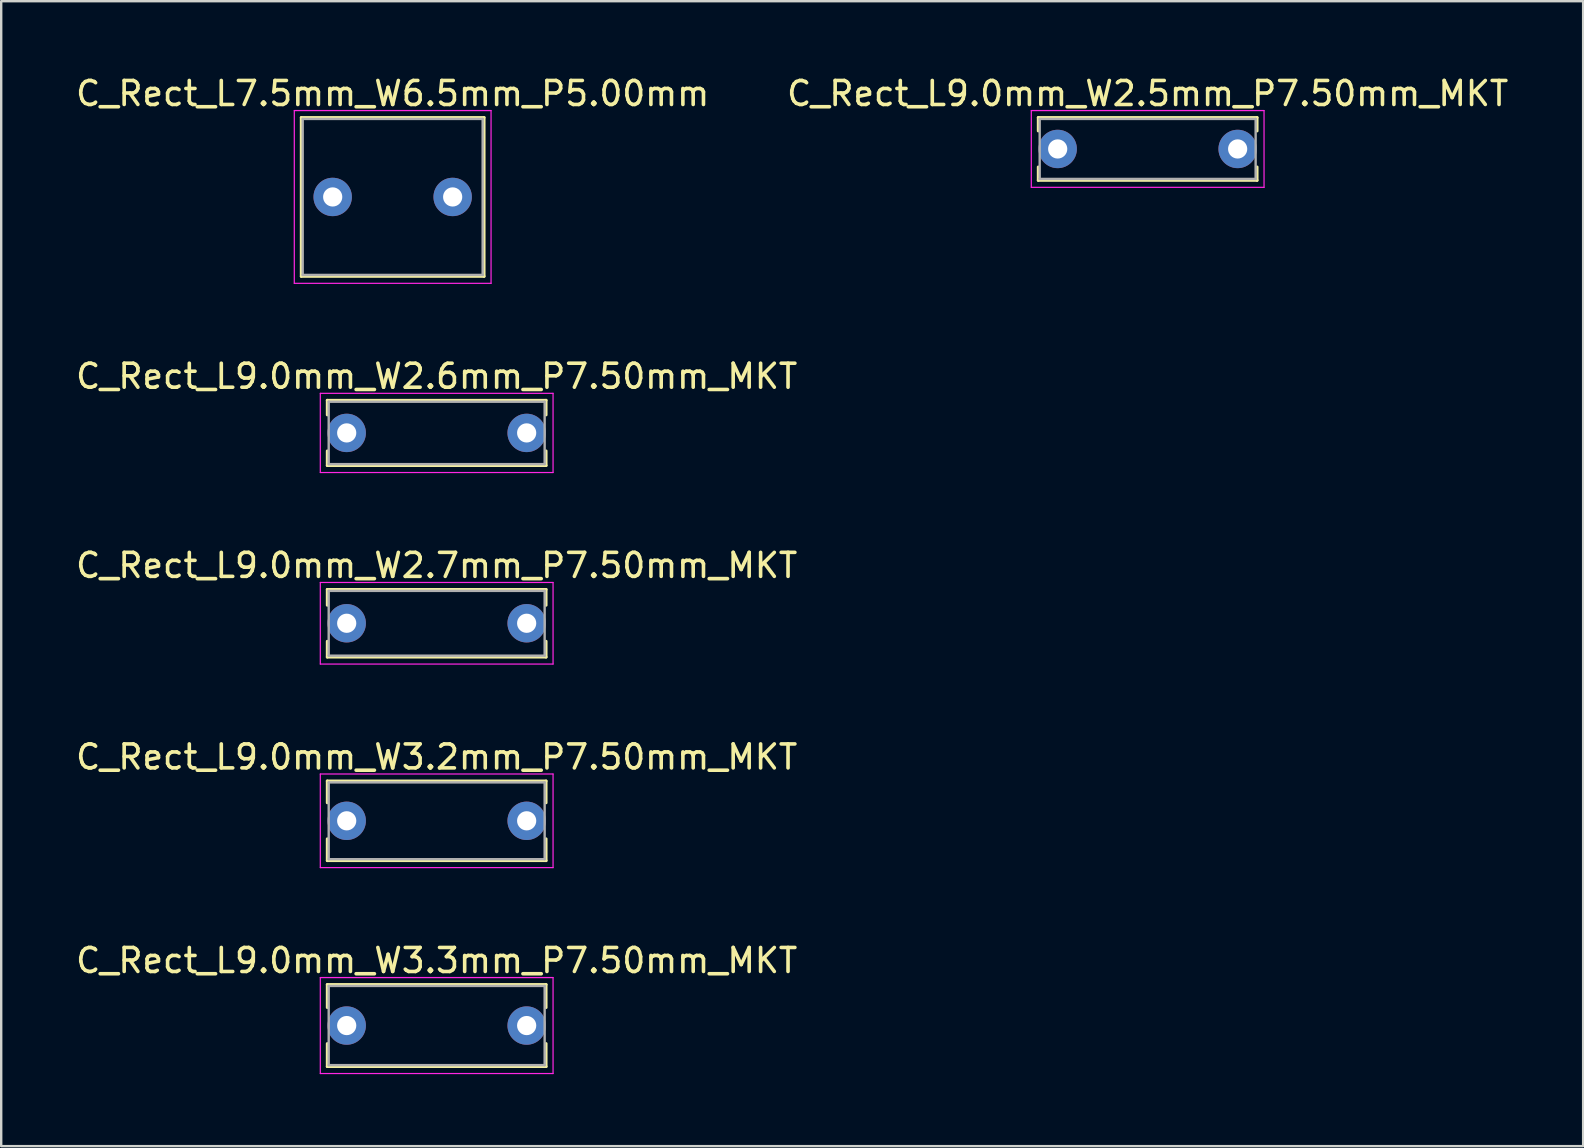
<source format=kicad_pcb>
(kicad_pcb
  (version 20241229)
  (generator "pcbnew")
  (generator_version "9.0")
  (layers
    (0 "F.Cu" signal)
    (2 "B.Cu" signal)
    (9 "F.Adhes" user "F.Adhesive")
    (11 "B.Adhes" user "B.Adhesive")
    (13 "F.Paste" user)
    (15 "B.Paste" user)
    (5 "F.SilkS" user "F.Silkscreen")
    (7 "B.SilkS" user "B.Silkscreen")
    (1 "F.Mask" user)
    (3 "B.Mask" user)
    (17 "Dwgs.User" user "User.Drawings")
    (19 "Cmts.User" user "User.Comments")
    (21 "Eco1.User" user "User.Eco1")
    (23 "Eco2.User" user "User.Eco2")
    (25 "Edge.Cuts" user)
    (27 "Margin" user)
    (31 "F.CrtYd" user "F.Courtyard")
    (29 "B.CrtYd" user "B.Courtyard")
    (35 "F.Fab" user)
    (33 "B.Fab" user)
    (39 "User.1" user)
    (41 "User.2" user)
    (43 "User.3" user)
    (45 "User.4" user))
  (footprint "C_Rect_L7.5mm_W6.5mm_P5.00mm"
    (layer "F.Cu")
    (at 10.815 5.158)
    (property "Reference" "C_Rect_L7.5mm_W6.5mm_P5.00mm" (at 2.5 -4.31 0) (layer "F.SilkS") (effects (font (size 1 1) (thickness 0.15))))
    (attr through_hole)
    (fp_line (start -1.31 -3.31) (end -1.31 3.31) (stroke (width 0.12) (type solid)) (layer "F.SilkS"))
    (fp_line (start -1.31 -3.31) (end 6.31 -3.31) (stroke (width 0.12) (type solid)) (layer "F.SilkS"))
    (fp_line (start -1.31 3.31) (end 6.31 3.31) (stroke (width 0.12) (type solid)) (layer "F.SilkS"))
    (fp_line (start 6.31 -3.31) (end 6.31 3.31) (stroke (width 0.12) (type solid)) (layer "F.SilkS"))
    (fp_line (start -1.6 -3.6) (end -1.6 3.6) (stroke (width 0.05) (type solid)) (layer "F.CrtYd"))
    (fp_line (start -1.6 3.6) (end 6.6 3.6) (stroke (width 0.05) (type solid)) (layer "F.CrtYd"))
    (fp_line (start 6.6 -3.6) (end -1.6 -3.6) (stroke (width 0.05) (type solid)) (layer "F.CrtYd"))
    (fp_line (start 6.6 3.6) (end 6.6 -3.6) (stroke (width 0.05) (type solid)) (layer "F.CrtYd"))
    (fp_line (start -1.25 -3.25) (end -1.25 3.25) (stroke (width 0.1) (type solid)) (layer "F.Fab"))
    (fp_line (start -1.25 3.25) (end 6.25 3.25) (stroke (width 0.1) (type solid)) (layer "F.Fab"))
    (fp_line (start 6.25 -3.25) (end -1.25 -3.25) (stroke (width 0.1) (type solid)) (layer "F.Fab"))
    (fp_line (start 6.25 3.25) (end 6.25 -3.25) (stroke (width 0.1) (type solid)) (layer "F.Fab"))
    (pad "1" thru_hole circle (at 0 0) (size 1.6 1.6) (drill 0.8) (layers "*.Cu" "*.Mask"))
    (pad "2" thru_hole circle (at 5 0) (size 1.6 1.6) (drill 0.8) (layers "*.Cu" "*.Mask")))
  (footprint "C_Rect_L9.0mm_W2.7mm_P7.50mm_MKT"
    (layer "F.Cu")
    (at 11.399 22.925)
    (property "Reference" "C_Rect_L9.0mm_W2.7mm_P7.50mm_MKT" (at 3.75 -2.41 0) (layer "F.SilkS") (effects (font (size 1 1) (thickness 0.15))))
    (attr through_hole)
    (fp_line (start -0.81 -1.41) (end -0.81 -0.75) (stroke (width 0.12) (type solid)) (layer "F.SilkS"))
    (fp_line (start -0.81 -1.41) (end 8.31 -1.41) (stroke (width 0.12) (type solid)) (layer "F.SilkS"))
    (fp_line (start -0.81 0.75) (end -0.81 1.41) (stroke (width 0.12) (type solid)) (layer "F.SilkS"))
    (fp_line (start -0.81 1.41) (end 8.31 1.41) (stroke (width 0.12) (type solid)) (layer "F.SilkS"))
    (fp_line (start 8.31 -1.41) (end 8.31 -0.75) (stroke (width 0.12) (type solid)) (layer "F.SilkS"))
    (fp_line (start 8.31 0.75) (end 8.31 1.41) (stroke (width 0.12) (type solid)) (layer "F.SilkS"))
    (fp_line (start -1.1 -1.7) (end -1.1 1.7) (stroke (width 0.05) (type solid)) (layer "F.CrtYd"))
    (fp_line (start -1.1 1.7) (end 8.6 1.7) (stroke (width 0.05) (type solid)) (layer "F.CrtYd"))
    (fp_line (start 8.6 -1.7) (end -1.1 -1.7) (stroke (width 0.05) (type solid)) (layer "F.CrtYd"))
    (fp_line (start 8.6 1.7) (end 8.6 -1.7) (stroke (width 0.05) (type solid)) (layer "F.CrtYd"))
    (fp_line (start -0.75 -1.35) (end -0.75 1.35) (stroke (width 0.1) (type solid)) (layer "F.Fab"))
    (fp_line (start -0.75 1.35) (end 8.25 1.35) (stroke (width 0.1) (type solid)) (layer "F.Fab"))
    (fp_line (start 8.25 -1.35) (end -0.75 -1.35) (stroke (width 0.1) (type solid)) (layer "F.Fab"))
    (fp_line (start 8.25 1.35) (end 8.25 -1.35) (stroke (width 0.1) (type solid)) (layer "F.Fab"))
    (pad "1" thru_hole circle (at 0 0) (size 1.6 1.6) (drill 0.8) (layers "*.Cu" "*.Mask"))
    (pad "2" thru_hole circle (at 7.5 0) (size 1.6 1.6) (drill 0.8) (layers "*.Cu" "*.Mask")))
  (footprint "C_Rect_L9.0mm_W2.6mm_P7.50mm_MKT"
    (layer "F.Cu")
    (at 11.399 14.992)
    (property "Reference" "C_Rect_L9.0mm_W2.6mm_P7.50mm_MKT" (at 3.75 -2.36 0) (layer "F.SilkS") (effects (font (size 1 1) (thickness 0.15))))
    (attr through_hole)
    (fp_line (start -0.81 -1.36) (end -0.81 -0.75) (stroke (width 0.12) (type solid)) (layer "F.SilkS"))
    (fp_line (start -0.81 -1.36) (end 8.31 -1.36) (stroke (width 0.12) (type solid)) (layer "F.SilkS"))
    (fp_line (start -0.81 0.75) (end -0.81 1.36) (stroke (width 0.12) (type solid)) (layer "F.SilkS"))
    (fp_line (start -0.81 1.36) (end 8.31 1.36) (stroke (width 0.12) (type solid)) (layer "F.SilkS"))
    (fp_line (start 8.31 -1.36) (end 8.31 -0.75) (stroke (width 0.12) (type solid)) (layer "F.SilkS"))
    (fp_line (start 8.31 0.75) (end 8.31 1.36) (stroke (width 0.12) (type solid)) (layer "F.SilkS"))
    (fp_line (start -1.1 -1.65) (end -1.1 1.65) (stroke (width 0.05) (type solid)) (layer "F.CrtYd"))
    (fp_line (start -1.1 1.65) (end 8.6 1.65) (stroke (width 0.05) (type solid)) (layer "F.CrtYd"))
    (fp_line (start 8.6 -1.65) (end -1.1 -1.65) (stroke (width 0.05) (type solid)) (layer "F.CrtYd"))
    (fp_line (start 8.6 1.65) (end 8.6 -1.65) (stroke (width 0.05) (type solid)) (layer "F.CrtYd"))
    (fp_line (start -0.75 -1.3) (end -0.75 1.3) (stroke (width 0.1) (type solid)) (layer "F.Fab"))
    (fp_line (start -0.75 1.3) (end 8.25 1.3) (stroke (width 0.1) (type solid)) (layer "F.Fab"))
    (fp_line (start 8.25 -1.3) (end -0.75 -1.3) (stroke (width 0.1) (type solid)) (layer "F.Fab"))
    (fp_line (start 8.25 1.3) (end 8.25 -1.3) (stroke (width 0.1) (type solid)) (layer "F.Fab"))
    (pad "1" thru_hole circle (at 0 0) (size 1.6 1.6) (drill 0.8) (layers "*.Cu" "*.Mask"))
    (pad "2" thru_hole circle (at 7.5 0) (size 1.6 1.6) (drill 0.8) (layers "*.Cu" "*.Mask")))
  (footprint "C_Rect_L9.0mm_W2.5mm_P7.50mm_MKT"
    (layer "F.Cu")
    (at 41.03 3.158)
    (property "Reference" "C_Rect_L9.0mm_W2.5mm_P7.50mm_MKT" (at 3.75 -2.31 0) (layer "F.SilkS") (effects (font (size 1 1) (thickness 0.15))))
    (attr through_hole)
    (fp_line (start -0.81 -1.31) (end -0.81 -0.75) (stroke (width 0.12) (type solid)) (layer "F.SilkS"))
    (fp_line (start -0.81 -1.31) (end 8.31 -1.31) (stroke (width 0.12) (type solid)) (layer "F.SilkS"))
    (fp_line (start -0.81 0.75) (end -0.81 1.31) (stroke (width 0.12) (type solid)) (layer "F.SilkS"))
    (fp_line (start -0.81 1.31) (end 8.31 1.31) (stroke (width 0.12) (type solid)) (layer "F.SilkS"))
    (fp_line (start 8.31 -1.31) (end 8.31 -0.75) (stroke (width 0.12) (type solid)) (layer "F.SilkS"))
    (fp_line (start 8.31 0.75) (end 8.31 1.31) (stroke (width 0.12) (type solid)) (layer "F.SilkS"))
    (fp_line (start -1.1 -1.6) (end -1.1 1.6) (stroke (width 0.05) (type solid)) (layer "F.CrtYd"))
    (fp_line (start -1.1 1.6) (end 8.6 1.6) (stroke (width 0.05) (type solid)) (layer "F.CrtYd"))
    (fp_line (start 8.6 -1.6) (end -1.1 -1.6) (stroke (width 0.05) (type solid)) (layer "F.CrtYd"))
    (fp_line (start 8.6 1.6) (end 8.6 -1.6) (stroke (width 0.05) (type solid)) (layer "F.CrtYd"))
    (fp_line (start -0.75 -1.25) (end -0.75 1.25) (stroke (width 0.1) (type solid)) (layer "F.Fab"))
    (fp_line (start -0.75 1.25) (end 8.25 1.25) (stroke (width 0.1) (type solid)) (layer "F.Fab"))
    (fp_line (start 8.25 -1.25) (end -0.75 -1.25) (stroke (width 0.1) (type solid)) (layer "F.Fab"))
    (fp_line (start 8.25 1.25) (end 8.25 -1.25) (stroke (width 0.1) (type solid)) (layer "F.Fab"))
    (pad "1" thru_hole circle (at 0 0) (size 1.6 1.6) (drill 0.8) (layers "*.Cu" "*.Mask"))
    (pad "2" thru_hole circle (at 7.5 0) (size 1.6 1.6) (drill 0.8) (layers "*.Cu" "*.Mask")))
  (footprint "C_Rect_L9.0mm_W3.3mm_P7.50mm_MKT"
    (layer "F.Cu")
    (at 11.399 39.691)
    (property "Reference" "C_Rect_L9.0mm_W3.3mm_P7.50mm_MKT" (at 3.75 -2.71 0) (layer "F.SilkS") (effects (font (size 1 1) (thickness 0.15))))
    (attr through_hole)
    (fp_line (start -0.81 -1.71) (end -0.81 -0.75) (stroke (width 0.12) (type solid)) (layer "F.SilkS"))
    (fp_line (start -0.81 -1.71) (end 8.31 -1.71) (stroke (width 0.12) (type solid)) (layer "F.SilkS"))
    (fp_line (start -0.81 0.75) (end -0.81 1.71) (stroke (width 0.12) (type solid)) (layer "F.SilkS"))
    (fp_line (start -0.81 1.71) (end 8.31 1.71) (stroke (width 0.12) (type solid)) (layer "F.SilkS"))
    (fp_line (start 8.31 -1.71) (end 8.31 -0.75) (stroke (width 0.12) (type solid)) (layer "F.SilkS"))
    (fp_line (start 8.31 0.75) (end 8.31 1.71) (stroke (width 0.12) (type solid)) (layer "F.SilkS"))
    (fp_line (start -1.1 -2) (end -1.1 2) (stroke (width 0.05) (type solid)) (layer "F.CrtYd"))
    (fp_line (start -1.1 2) (end 8.6 2) (stroke (width 0.05) (type solid)) (layer "F.CrtYd"))
    (fp_line (start 8.6 -2) (end -1.1 -2) (stroke (width 0.05) (type solid)) (layer "F.CrtYd"))
    (fp_line (start 8.6 2) (end 8.6 -2) (stroke (width 0.05) (type solid)) (layer "F.CrtYd"))
    (fp_line (start -0.75 -1.65) (end -0.75 1.65) (stroke (width 0.1) (type solid)) (layer "F.Fab"))
    (fp_line (start -0.75 1.65) (end 8.25 1.65) (stroke (width 0.1) (type solid)) (layer "F.Fab"))
    (fp_line (start 8.25 -1.65) (end -0.75 -1.65) (stroke (width 0.1) (type solid)) (layer "F.Fab"))
    (fp_line (start 8.25 1.65) (end 8.25 -1.65) (stroke (width 0.1) (type solid)) (layer "F.Fab"))
    (pad "1" thru_hole circle (at 0 0) (size 1.6 1.6) (drill 0.8) (layers "*.Cu" "*.Mask"))
    (pad "2" thru_hole circle (at 7.5 0) (size 1.6 1.6) (drill 0.8) (layers "*.Cu" "*.Mask")))
  (footprint "C_Rect_L9.0mm_W3.2mm_P7.50mm_MKT"
    (layer "F.Cu")
    (at 11.399 31.158)
    (property "Reference" "C_Rect_L9.0mm_W3.2mm_P7.50mm_MKT" (at 3.75 -2.66 0) (layer "F.SilkS") (effects (font (size 1 1) (thickness 0.15))))
    (attr through_hole)
    (fp_line (start -0.81 -1.66) (end -0.81 -0.75) (stroke (width 0.12) (type solid)) (layer "F.SilkS"))
    (fp_line (start -0.81 -1.66) (end 8.31 -1.66) (stroke (width 0.12) (type solid)) (layer "F.SilkS"))
    (fp_line (start -0.81 0.75) (end -0.81 1.66) (stroke (width 0.12) (type solid)) (layer "F.SilkS"))
    (fp_line (start -0.81 1.66) (end 8.31 1.66) (stroke (width 0.12) (type solid)) (layer "F.SilkS"))
    (fp_line (start 8.31 -1.66) (end 8.31 -0.75) (stroke (width 0.12) (type solid)) (layer "F.SilkS"))
    (fp_line (start 8.31 0.75) (end 8.31 1.66) (stroke (width 0.12) (type solid)) (layer "F.SilkS"))
    (fp_line (start -1.1 -1.95) (end -1.1 1.95) (stroke (width 0.05) (type solid)) (layer "F.CrtYd"))
    (fp_line (start -1.1 1.95) (end 8.6 1.95) (stroke (width 0.05) (type solid)) (layer "F.CrtYd"))
    (fp_line (start 8.6 -1.95) (end -1.1 -1.95) (stroke (width 0.05) (type solid)) (layer "F.CrtYd"))
    (fp_line (start 8.6 1.95) (end 8.6 -1.95) (stroke (width 0.05) (type solid)) (layer "F.CrtYd"))
    (fp_line (start -0.75 -1.6) (end -0.75 1.6) (stroke (width 0.1) (type solid)) (layer "F.Fab"))
    (fp_line (start -0.75 1.6) (end 8.25 1.6) (stroke (width 0.1) (type solid)) (layer "F.Fab"))
    (fp_line (start 8.25 -1.6) (end -0.75 -1.6) (stroke (width 0.1) (type solid)) (layer "F.Fab"))
    (fp_line (start 8.25 1.6) (end 8.25 -1.6) (stroke (width 0.1) (type solid)) (layer "F.Fab"))
    (pad "1" thru_hole circle (at 0 0) (size 1.6 1.6) (drill 0.8) (layers "*.Cu" "*.Mask"))
    (pad "2" thru_hole circle (at 7.5 0) (size 1.6 1.6) (drill 0.8) (layers "*.Cu" "*.Mask")))
  (gr_rect
    (start -3 -3)
    (end 62.929 44.716)
    (stroke (width 0.1) (type default))
    (fill no)
    (layer "Edge.Cuts")))
</source>
